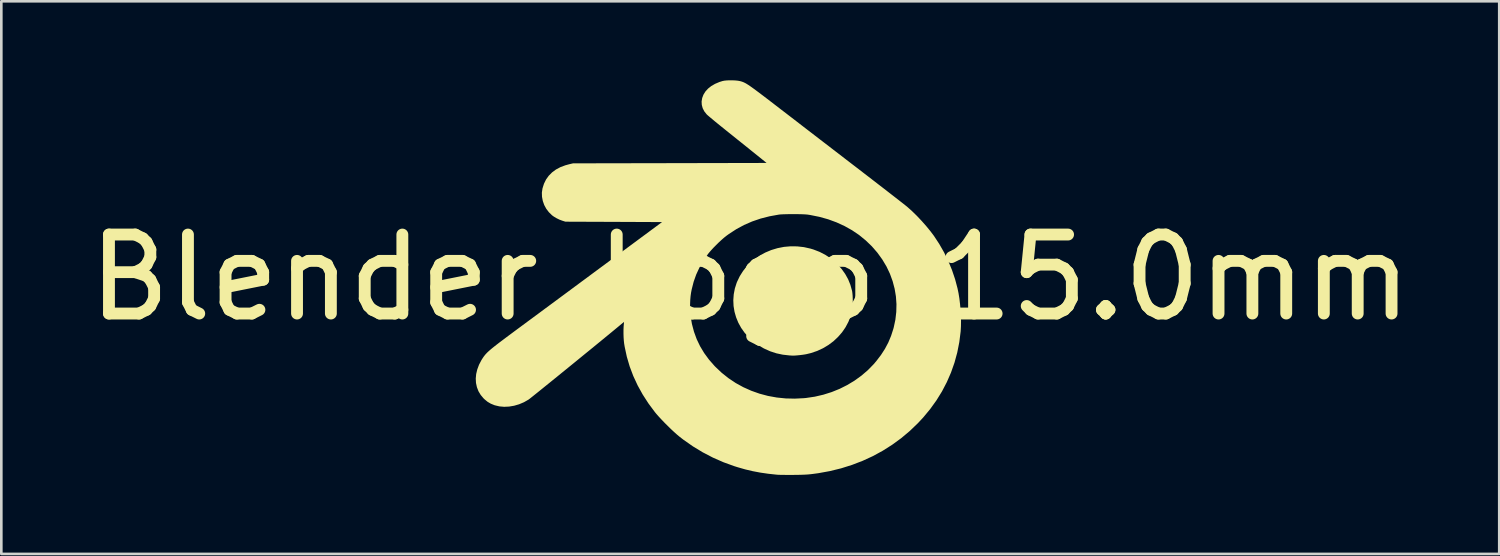
<source format=kicad_pcb>
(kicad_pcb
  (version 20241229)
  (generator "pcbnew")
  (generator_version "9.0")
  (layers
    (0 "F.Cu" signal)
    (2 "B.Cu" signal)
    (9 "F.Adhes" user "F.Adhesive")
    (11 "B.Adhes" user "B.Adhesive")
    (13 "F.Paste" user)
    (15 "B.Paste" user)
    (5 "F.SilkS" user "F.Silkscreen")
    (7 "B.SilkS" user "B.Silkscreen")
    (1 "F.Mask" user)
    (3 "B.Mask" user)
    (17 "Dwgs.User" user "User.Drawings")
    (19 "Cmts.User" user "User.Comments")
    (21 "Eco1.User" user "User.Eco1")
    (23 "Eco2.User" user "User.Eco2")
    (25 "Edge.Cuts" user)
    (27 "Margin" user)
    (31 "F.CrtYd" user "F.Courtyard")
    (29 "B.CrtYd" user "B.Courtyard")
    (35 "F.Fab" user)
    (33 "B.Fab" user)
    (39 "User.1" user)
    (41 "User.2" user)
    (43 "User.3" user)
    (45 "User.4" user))
  (footprint "Blender Logo 15.0mm"
    (layer "F.Cu")
    (at 25.446 7.494)
    (property "Reference" "Blender Logo 15.0mm" (at 0 0 180) (layer "F.SilkS") (effects (font (size 3 3) (thickness 0.45))))
    (attr board_only exclude_from_pos_files exclude_from_bom)
    (fp_poly (pts (xy 1.783 -1.186) (xy 2.036 -1.158) (xy 2.286 -1.102) (xy 2.405 -1.066) (xy 2.637 -0.976) (xy 2.85 -0.866) (xy 3.048 -0.735) (xy 3.234 -0.578) (xy 3.304 -0.511) (xy 3.468 -0.33) (xy 3.605 -0.139) (xy 3.717 0.062) (xy 3.803 0.275) (xy 3.866 0.502) (xy 3.867 0.504) (xy 3.878 0.579) (xy 3.887 0.675) (xy 3.892 0.784) (xy 3.894 0.898) (xy 3.893 1.011) (xy 3.888 1.113) (xy 3.879 1.199) (xy 3.874 1.231) (xy 3.814 1.459) (xy 3.729 1.677) (xy 3.62 1.883) (xy 3.488 2.076) (xy 3.334 2.253) (xy 3.162 2.415) (xy 2.971 2.558) (xy 2.764 2.682) (xy 2.542 2.785) (xy 2.307 2.865) (xy 2.13 2.908) (xy 2.062 2.92) (xy 1.98 2.932) (xy 1.89 2.943) (xy 1.8 2.952) (xy 1.716 2.959) (xy 1.646 2.963) (xy 1.598 2.963) (xy 1.597 2.963) (xy 1.561 2.96) (xy 1.512 2.957) (xy 1.49 2.956) (xy 1.234 2.927) (xy 0.991 2.875) (xy 0.756 2.798) (xy 0.525 2.694) (xy 0.518 2.691) (xy 0.305 2.567) (xy 0.111 2.425) (xy -0.062 2.267) (xy -0.214 2.095) (xy -0.345 1.91) (xy -0.453 1.715) (xy -0.537 1.51) (xy -0.598 1.298) (xy -0.634 1.081) (xy -0.644 0.861) (xy -0.628 0.638) (xy -0.586 0.416) (xy -0.516 0.196) (xy -0.497 0.151) (xy -0.397 -0.057) (xy -0.274 -0.251) (xy -0.125 -0.434) (xy -0.037 -0.525) (xy 0.149 -0.69) (xy 0.352 -0.832) (xy 0.569 -0.951) (xy 0.798 -1.047) (xy 1.036 -1.119) (xy 1.281 -1.167) (xy 1.531 -1.189)) (stroke (width 0) (type solid)) (fill yes) (layer "F.SilkS"))
    (fp_poly (pts (xy -0.669 -7.493) (xy -0.561 -7.488) (xy -0.466 -7.478) (xy -0.397 -7.465) (xy -0.36 -7.456) (xy -0.325 -7.446) (xy -0.291 -7.434) (xy -0.255 -7.42) (xy -0.217 -7.402) (xy -0.174 -7.38) (xy -0.127 -7.352) (xy -0.073 -7.318) (xy -0.01 -7.276) (xy 0.062 -7.225) (xy 0.145 -7.165) (xy 0.241 -7.094) (xy 0.35 -7.012) (xy 0.475 -6.918) (xy 0.617 -6.81) (xy 0.777 -6.687) (xy 0.957 -6.549) (xy 1.158 -6.394) (xy 1.192 -6.368) (xy 1.358 -6.241) (xy 1.544 -6.098) (xy 1.747 -5.942) (xy 1.964 -5.774) (xy 2.193 -5.598) (xy 2.431 -5.415) (xy 2.675 -5.227) (xy 2.923 -5.037) (xy 3.17 -4.847) (xy 3.416 -4.658) (xy 3.656 -4.473) (xy 3.889 -4.294) (xy 4.11 -4.125) (xy 4.308 -3.972) (xy 4.502 -3.823) (xy 4.69 -3.678) (xy 4.871 -3.538) (xy 5.044 -3.405) (xy 5.206 -3.279) (xy 5.357 -3.162) (xy 5.495 -3.055) (xy 5.619 -2.959) (xy 5.727 -2.874) (xy 5.818 -2.803) (xy 5.89 -2.746) (xy 5.943 -2.704) (xy 5.974 -2.678) (xy 5.974 -2.678) (xy 6.15 -2.52) (xy 6.331 -2.343) (xy 6.511 -2.152) (xy 6.684 -1.956) (xy 6.844 -1.761) (xy 6.977 -1.584) (xy 7.177 -1.28) (xy 7.36 -0.96) (xy 7.522 -0.627) (xy 7.662 -0.287) (xy 7.779 0.059) (xy 7.871 0.404) (xy 7.91 0.591) (xy 7.942 0.788) (xy 7.967 1) (xy 7.987 1.219) (xy 7.999 1.438) (xy 8.005 1.651) (xy 8.002 1.851) (xy 7.992 2.031) (xy 7.991 2.044) (xy 7.94 2.449) (xy 7.862 2.844) (xy 7.757 3.229) (xy 7.625 3.604) (xy 7.466 3.969) (xy 7.282 4.322) (xy 7.071 4.663) (xy 6.834 4.992) (xy 6.572 5.309) (xy 6.37 5.526) (xy 6.061 5.823) (xy 5.735 6.097) (xy 5.392 6.347) (xy 5.033 6.575) (xy 4.659 6.779) (xy 4.27 6.958) (xy 3.867 7.113) (xy 3.451 7.244) (xy 3.023 7.349) (xy 2.584 7.429) (xy 2.367 7.458) (xy 2.281 7.468) (xy 2.197 7.476) (xy 2.11 7.482) (xy 2.014 7.486) (xy 1.905 7.49) (xy 1.778 7.492) (xy 1.626 7.494) (xy 1.626 7.494) (xy 1.504 7.495) (xy 1.384 7.494) (xy 1.272 7.493) (xy 1.173 7.492) (xy 1.09 7.49) (xy 1.029 7.487) (xy 1.007 7.485) (xy 0.683 7.45) (xy 0.38 7.406) (xy 0.091 7.351) (xy -0.192 7.284) (xy -0.475 7.203) (xy -0.612 7.16) (xy -1.022 7.011) (xy -1.42 6.836) (xy -1.806 6.635) (xy -2.179 6.409) (xy -2.539 6.157) (xy -2.696 6.035) (xy -2.789 5.957) (xy -2.895 5.862) (xy -3.011 5.754) (xy -3.131 5.637) (xy -3.251 5.517) (xy -3.366 5.397) (xy -3.472 5.283) (xy -3.564 5.179) (xy -3.62 5.111) (xy -3.867 4.779) (xy -4.086 4.44) (xy -4.278 4.093) (xy -4.443 3.737) (xy -4.58 3.374) (xy -4.689 3.003) (xy -4.77 2.625) (xy -4.79 2.505) (xy -4.802 2.396) (xy -4.811 2.267) (xy -4.815 2.129) (xy -4.815 1.991) (xy -4.81 1.862) (xy -4.805 1.802) (xy -4.794 1.681) (xy -4.906 1.774) (xy -5.018 1.867) (xy -5.144 1.971) (xy -5.282 2.085) (xy -5.431 2.207) (xy -5.588 2.336) (xy -5.754 2.472) (xy -5.925 2.612) (xy -6.101 2.756) (xy -6.281 2.902) (xy -6.462 3.05) (xy -6.643 3.198) (xy -6.824 3.345) (xy -7.002 3.49) (xy -7.176 3.631) (xy -7.344 3.768) (xy -7.506 3.899) (xy -7.659 4.023) (xy -7.803 4.139) (xy -7.935 4.246) (xy -8.055 4.343) (xy -8.16 4.427) (xy -8.25 4.499) (xy -8.323 4.557) (xy -8.377 4.6) (xy -8.412 4.626) (xy -8.422 4.634) (xy -8.596 4.733) (xy -8.78 4.811) (xy -8.968 4.866) (xy -9.158 4.898) (xy -9.346 4.907) (xy -9.528 4.891) (xy -9.7 4.85) (xy -9.719 4.844) (xy -9.856 4.788) (xy -9.977 4.717) (xy -10.09 4.624) (xy -10.129 4.587) (xy -10.238 4.457) (xy -10.323 4.316) (xy -10.382 4.163) (xy -10.417 4.002) (xy -10.426 3.834) (xy -10.41 3.661) (xy -10.368 3.486) (xy -10.302 3.309) (xy -10.21 3.133) (xy -10.177 3.08) (xy -10.149 3.038) (xy -10.121 2.997) (xy -10.091 2.958) (xy -10.059 2.919) (xy -10.022 2.879) (xy -9.98 2.836) (xy -9.93 2.79) (xy -9.871 2.738) (xy -9.803 2.681) (xy -9.723 2.617) (xy -9.63 2.544) (xy -9.522 2.461) (xy -9.398 2.368) (xy -9.257 2.262) (xy -9.097 2.143) (xy -8.917 2.009) (xy -8.715 1.86) (xy -8.71 1.856) (xy -8.577 1.758) (xy -8.422 1.643) (xy -8.248 1.515) (xy -8.057 1.374) (xy -7.852 1.222) (xy -7.801 1.184) (xy -2.287 1.184) (xy -2.28 1.336) (xy -2.269 1.454) (xy -2.215 1.763) (xy -2.137 2.057) (xy -2.034 2.339) (xy -1.905 2.608) (xy -1.75 2.866) (xy -1.568 3.114) (xy -1.359 3.353) (xy -1.325 3.388) (xy -1.084 3.616) (xy -0.826 3.821) (xy -0.552 4.004) (xy -0.264 4.162) (xy 0.038 4.297) (xy 0.351 4.408) (xy 0.674 4.494) (xy 1.006 4.554) (xy 1.346 4.589) (xy 1.692 4.597) (xy 2.043 4.579) (xy 2.123 4.571) (xy 2.453 4.522) (xy 2.776 4.447) (xy 3.09 4.348) (xy 3.394 4.225) (xy 3.685 4.079) (xy 3.962 3.912) (xy 4.222 3.724) (xy 4.464 3.517) (xy 4.685 3.291) (xy 4.785 3.174) (xy 4.964 2.94) (xy 5.116 2.705) (xy 5.244 2.463) (xy 5.349 2.211) (xy 5.435 1.945) (xy 5.449 1.893) (xy 5.512 1.599) (xy 5.546 1.303) (xy 5.553 1.007) (xy 5.532 0.712) (xy 5.483 0.421) (xy 5.407 0.134) (xy 5.305 -0.146) (xy 5.176 -0.418) (xy 5.02 -0.68) (xy 5.018 -0.684) (xy 4.828 -0.947) (xy 4.617 -1.19) (xy 4.385 -1.413) (xy 4.135 -1.617) (xy 3.866 -1.799) (xy 3.58 -1.959) (xy 3.277 -2.098) (xy 2.959 -2.215) (xy 2.625 -2.308) (xy 2.277 -2.378) (xy 2.181 -2.393) (xy 2.119 -2.399) (xy 2.034 -2.404) (xy 1.931 -2.408) (xy 1.814 -2.41) (xy 1.691 -2.411) (xy 1.564 -2.411) (xy 1.441 -2.41) (xy 1.326 -2.407) (xy 1.224 -2.404) (xy 1.141 -2.399) (xy 1.086 -2.393) (xy 0.732 -2.329) (xy 0.395 -2.243) (xy 0.073 -2.133) (xy -0.235 -1.999) (xy -0.529 -1.84) (xy -0.811 -1.657) (xy -0.907 -1.587) (xy -0.995 -1.517) (xy -1.093 -1.431) (xy -1.198 -1.334) (xy -1.303 -1.23) (xy -1.405 -1.127) (xy -1.496 -1.027) (xy -1.573 -0.937) (xy -1.609 -0.891) (xy -1.784 -0.638) (xy -1.931 -0.38) (xy -2.053 -0.117) (xy -2.15 0.157) (xy -2.223 0.443) (xy -2.248 0.569) (xy -2.267 0.705) (xy -2.28 0.859) (xy -2.286 1.022) (xy -2.287 1.184) (xy -7.801 1.184) (xy -7.633 1.06) (xy -7.404 0.891) (xy -7.167 0.715) (xy -6.923 0.535) (xy -6.675 0.351) (xy -6.424 0.165) (xy -6.173 -0.02) (xy -5.924 -0.205) (xy -5.679 -0.386) (xy -5.48 -0.533) (xy -3.351 -2.109) (xy -5.185 -2.117) (xy -7.019 -2.124) (xy -7.126 -2.157) (xy -7.241 -2.199) (xy -7.356 -2.255) (xy -7.462 -2.318) (xy -7.528 -2.366) (xy -7.648 -2.483) (xy -7.748 -2.614) (xy -7.826 -2.758) (xy -7.88 -2.911) (xy -7.91 -3.069) (xy -7.915 -3.228) (xy -7.892 -3.385) (xy -7.891 -3.389) (xy -7.835 -3.566) (xy -7.756 -3.727) (xy -7.653 -3.87) (xy -7.528 -3.996) (xy -7.381 -4.105) (xy -7.212 -4.195) (xy -7.02 -4.267) (xy -6.872 -4.307) (xy -6.731 -4.34) (xy -3.055 -4.347) (xy 0.62 -4.355) (xy 0.092 -4.78) (xy -0.036 -4.883) (xy -0.181 -4.999) (xy -0.337 -5.125) (xy -0.499 -5.254) (xy -0.659 -5.383) (xy -0.814 -5.507) (xy -0.957 -5.622) (xy -1.006 -5.662) (xy -1.121 -5.754) (xy -1.231 -5.843) (xy -1.334 -5.927) (xy -1.427 -6.005) (xy -1.509 -6.073) (xy -1.576 -6.13) (xy -1.626 -6.173) (xy -1.656 -6.201) (xy -1.658 -6.204) (xy -1.746 -6.315) (xy -1.807 -6.434) (xy -1.841 -6.56) (xy -1.848 -6.689) (xy -1.826 -6.821) (xy -1.778 -6.948) (xy -1.704 -7.068) (xy -1.604 -7.178) (xy -1.482 -7.275) (xy -1.337 -7.359) (xy -1.173 -7.429) (xy -1.051 -7.467) (xy -0.978 -7.481) (xy -0.885 -7.49) (xy -0.779 -7.494)) (stroke (width 0) (type solid)) (fill yes) (layer "F.SilkS")))
  (gr_rect
    (start -3 -3)
    (end 53.893 17.989)
    (stroke (width 0.1) (type default))
    (fill no)
    (layer "Edge.Cuts")))
</source>
